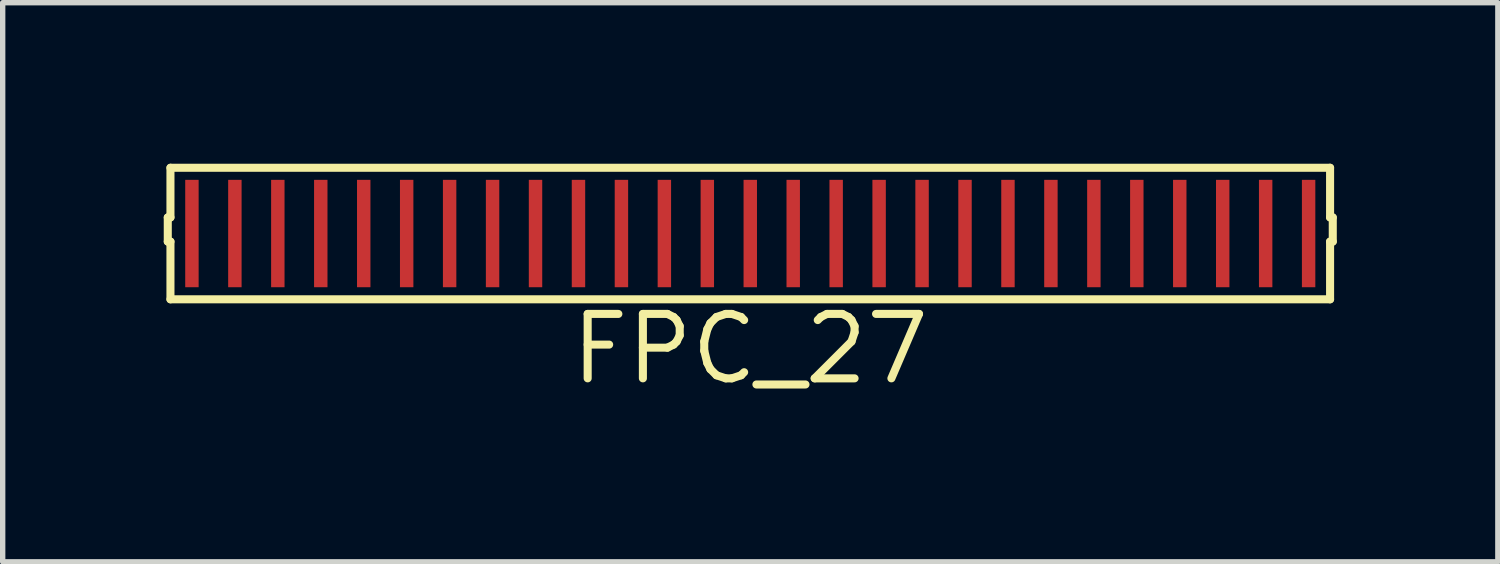
<source format=kicad_pcb>
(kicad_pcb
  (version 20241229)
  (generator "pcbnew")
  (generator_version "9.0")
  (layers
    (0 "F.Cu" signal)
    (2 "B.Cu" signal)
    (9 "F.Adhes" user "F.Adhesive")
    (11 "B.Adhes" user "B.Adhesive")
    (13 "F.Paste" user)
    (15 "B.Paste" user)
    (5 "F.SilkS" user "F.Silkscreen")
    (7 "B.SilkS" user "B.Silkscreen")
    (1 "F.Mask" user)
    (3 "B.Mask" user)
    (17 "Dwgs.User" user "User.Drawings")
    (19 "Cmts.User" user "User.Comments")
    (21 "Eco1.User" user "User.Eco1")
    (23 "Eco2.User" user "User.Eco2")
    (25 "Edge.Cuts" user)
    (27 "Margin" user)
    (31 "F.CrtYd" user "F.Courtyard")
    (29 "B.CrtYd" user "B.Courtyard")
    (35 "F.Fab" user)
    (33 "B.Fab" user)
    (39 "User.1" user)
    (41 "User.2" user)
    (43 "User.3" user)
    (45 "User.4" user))
  (footprint "FPC_27"
    (layer "F.Cu")
    (at 10.925 1.3)
    (property "Reference" "FPC_27" (at 0 2.15 0) (layer "F.SilkS") (effects (font (size 1.2 1.2) (thickness 0.15))))
    (attr through_hole)
    (fp_line (start -10.85 -0.3) (end -10.8 -0.3) (stroke (width 0.15) (type solid)) (layer "F.SilkS"))
    (fp_line (start -10.85 0.15) (end -10.85 -0.3) (stroke (width 0.15) (type solid)) (layer "F.SilkS"))
    (fp_line (start -10.8 -1.225) (end 10.8 -1.225) (stroke (width 0.15) (type solid)) (layer "F.SilkS"))
    (fp_line (start -10.8 -0.3) (end -10.8 -1.225) (stroke (width 0.15) (type solid)) (layer "F.SilkS"))
    (fp_line (start -10.8 0.15) (end -10.85 0.15) (stroke (width 0.15) (type solid)) (layer "F.SilkS"))
    (fp_line (start -10.8 1.225) (end -10.8 0.15) (stroke (width 0.15) (type solid)) (layer "F.SilkS"))
    (fp_line (start -10.8 1.225) (end 10.8 1.225) (stroke (width 0.15) (type solid)) (layer "F.SilkS"))
    (fp_line (start 10.8 -0.3) (end 10.8 -1.225) (stroke (width 0.15) (type solid)) (layer "F.SilkS"))
    (fp_line (start 10.8 0.15) (end 10.85 0.15) (stroke (width 0.15) (type solid)) (layer "F.SilkS"))
    (fp_line (start 10.8 1.225) (end 10.8 0.15) (stroke (width 0.15) (type solid)) (layer "F.SilkS"))
    (fp_line (start 10.85 -0.3) (end 10.8 -0.3) (stroke (width 0.15) (type solid)) (layer "F.SilkS"))
    (fp_line (start 10.85 0.15) (end 10.85 -0.3) (stroke (width 0.15) (type solid)) (layer "F.SilkS"))
    (pad "0" smd rect (at -10.4 0) (size 0.001 0.001) (layers "F.Cu" "F.Mask" "F.Paste"))
    (pad "0" smd rect (at 10.4 0) (size 0.001 0.001) (layers "F.Cu" "F.Mask" "F.Paste"))
    (pad "1" smd rect (at -10.4 0) (size 0.25 2) (layers "F.Cu" "F.Mask" "F.Paste"))
    (pad "2" smd rect (at -9.6 0) (size 0.25 2) (layers "F.Cu" "F.Mask" "F.Paste"))
    (pad "3" smd rect (at -8.8 0) (size 0.25 2) (layers "F.Cu" "F.Mask" "F.Paste"))
    (pad "4" smd rect (at -8 0) (size 0.25 2) (layers "F.Cu" "F.Mask" "F.Paste"))
    (pad "5" smd rect (at -7.2 0) (size 0.25 2) (layers "F.Cu" "F.Mask" "F.Paste"))
    (pad "6" smd rect (at -6.4 0) (size 0.25 2) (layers "F.Cu" "F.Mask" "F.Paste"))
    (pad "7" smd rect (at -5.6 0) (size 0.25 2) (layers "F.Cu" "F.Mask" "F.Paste"))
    (pad "8" smd rect (at -4.8 0) (size 0.25 2) (layers "F.Cu" "F.Mask" "F.Paste"))
    (pad "9" smd rect (at -4 0) (size 0.25 2) (layers "F.Cu" "F.Mask" "F.Paste"))
    (pad "10" smd rect (at -3.2 0) (size 0.25 2) (layers "F.Cu" "F.Mask" "F.Paste"))
    (pad "11" smd rect (at -2.4 0) (size 0.25 2) (layers "F.Cu" "F.Mask" "F.Paste"))
    (pad "12" smd rect (at -1.6 0) (size 0.25 2) (layers "F.Cu" "F.Mask" "F.Paste"))
    (pad "13" smd rect (at -0.8 0) (size 0.25 2) (layers "F.Cu" "F.Mask" "F.Paste"))
    (pad "14" smd rect (at 0 0) (size 0.25 2) (layers "F.Cu" "F.Mask" "F.Paste"))
    (pad "15" smd rect (at 0.8 0) (size 0.25 2) (layers "F.Cu" "F.Mask" "F.Paste"))
    (pad "16" smd rect (at 1.6 0) (size 0.25 2) (layers "F.Cu" "F.Mask" "F.Paste"))
    (pad "17" smd rect (at 2.4 0) (size 0.25 2) (layers "F.Cu" "F.Mask" "F.Paste"))
    (pad "18" smd rect (at 3.2 0) (size 0.25 2) (layers "F.Cu" "F.Mask" "F.Paste"))
    (pad "19" smd rect (at 4 0) (size 0.25 2) (layers "F.Cu" "F.Mask" "F.Paste"))
    (pad "20" smd rect (at 4.8 0) (size 0.25 2) (layers "F.Cu" "F.Mask" "F.Paste"))
    (pad "21" smd rect (at 5.6 0) (size 0.25 2) (layers "F.Cu" "F.Mask" "F.Paste"))
    (pad "22" smd rect (at 6.4 0) (size 0.25 2) (layers "F.Cu" "F.Mask" "F.Paste"))
    (pad "23" smd rect (at 7.2 0) (size 0.25 2) (layers "F.Cu" "F.Mask" "F.Paste"))
    (pad "24" smd rect (at 8 0) (size 0.25 2) (layers "F.Cu" "F.Mask" "F.Paste"))
    (pad "25" smd rect (at 8.8 0) (size 0.25 2) (layers "F.Cu" "F.Mask" "F.Paste"))
    (pad "26" smd rect (at 9.6 0) (size 0.25 2) (layers "F.Cu" "F.Mask" "F.Paste"))
    (pad "27" smd rect (at 10.4 0) (size 0.25 2) (layers "F.Cu" "F.Mask" "F.Paste")))
  (gr_rect
    (start -3 -3)
    (end 24.85 7.415)
    (stroke (width 0.1) (type default))
    (fill no)
    (layer "Edge.Cuts")))
</source>
